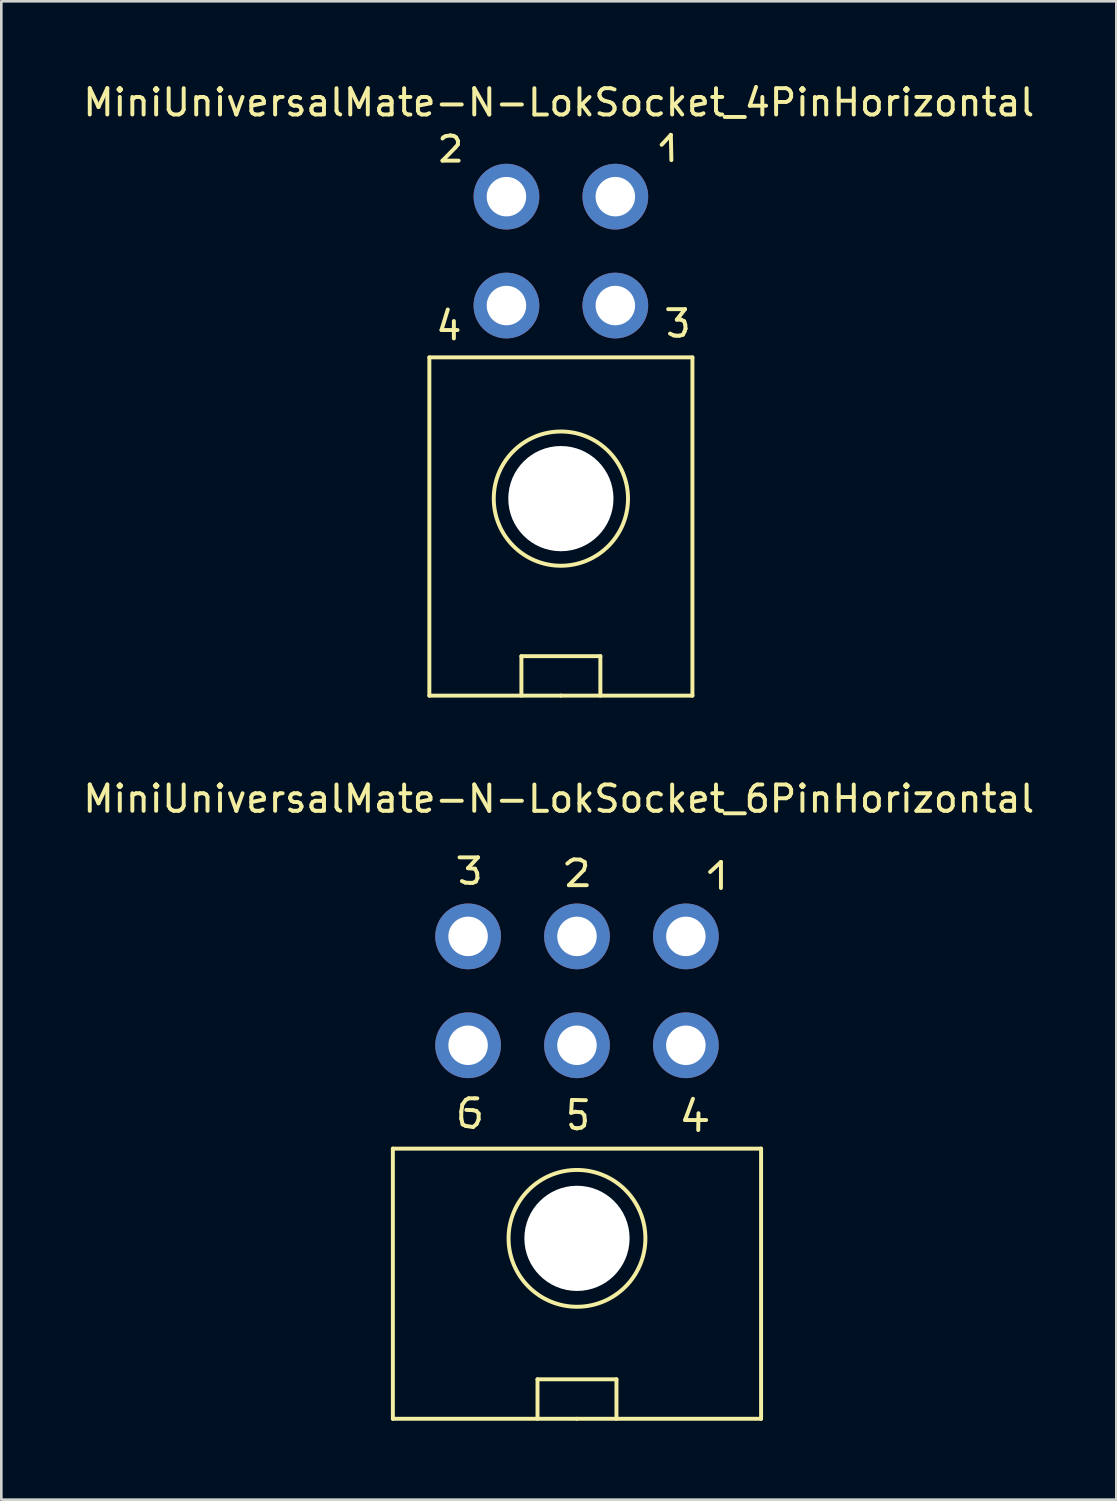
<source format=kicad_pcb>
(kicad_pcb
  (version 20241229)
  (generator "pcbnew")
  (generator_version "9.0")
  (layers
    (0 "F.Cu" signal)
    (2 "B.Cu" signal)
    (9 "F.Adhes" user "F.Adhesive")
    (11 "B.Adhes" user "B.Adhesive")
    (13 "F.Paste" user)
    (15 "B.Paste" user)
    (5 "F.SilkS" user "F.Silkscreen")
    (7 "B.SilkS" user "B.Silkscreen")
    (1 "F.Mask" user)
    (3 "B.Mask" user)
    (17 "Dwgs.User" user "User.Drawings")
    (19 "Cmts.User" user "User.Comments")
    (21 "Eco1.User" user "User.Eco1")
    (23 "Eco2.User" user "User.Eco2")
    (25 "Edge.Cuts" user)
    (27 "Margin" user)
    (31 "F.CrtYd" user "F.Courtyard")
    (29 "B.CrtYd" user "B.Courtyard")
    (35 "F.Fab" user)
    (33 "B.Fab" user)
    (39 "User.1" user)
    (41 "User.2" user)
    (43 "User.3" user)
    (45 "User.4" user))
  (footprint "MiniUniversalMate-N-LokSocket_6PinHorizontal"
    (layer "F.Cu")
    (at 18.887 34.622)
    (property "Reference" "MiniUniversalMate-N-LokSocket_6PinHorizontal" (at -0.691 -7.3 0) (layer "F.SilkS") (effects (font (size 1 1) (thickness 0.15))))
    (attr through_hole)
    (fp_line (start -7 5.999) (end 7 5.999) (stroke (width 0.15) (type solid)) (layer "F.SilkS"))
    (fp_line (start -7 16.271) (end -7 5.999) (stroke (width 0.15) (type solid)) (layer "F.SilkS"))
    (fp_line (start -4.465 -5.075) (end -3.764 -5.075) (stroke (width 0.15) (type solid)) (layer "F.SilkS"))
    (fp_line (start -4.399 4.597) (end -4.399 4.856) (stroke (width 0.15) (type solid)) (layer "F.SilkS"))
    (fp_line (start -4.399 4.856) (end -4.348 5.077) (stroke (width 0.15) (type solid)) (layer "F.SilkS"))
    (fp_line (start -4.359 4.326) (end -4.399 4.597) (stroke (width 0.15) (type solid)) (layer "F.SilkS"))
    (fp_line (start -4.348 5.077) (end -4.229 5.136) (stroke (width 0.15) (type solid)) (layer "F.SilkS"))
    (fp_line (start -4.244 -4.115) (end -4.374 -4.173) (stroke (width 0.15) (type solid)) (layer "F.SilkS"))
    (fp_line (start -4.229 4.148) (end -4.359 4.326) (stroke (width 0.15) (type solid)) (layer "F.SilkS"))
    (fp_line (start -4.229 5.136) (end -3.95 5.177) (stroke (width 0.15) (type solid)) (layer "F.SilkS"))
    (fp_line (start -4.145 -4.663) (end -3.876 -4.643) (stroke (width 0.15) (type solid)) (layer "F.SilkS"))
    (fp_line (start -4.12 4.087) (end -4.229 4.148) (stroke (width 0.15) (type solid)) (layer "F.SilkS"))
    (fp_line (start -4.074 -4.105) (end -4.244 -4.115) (stroke (width 0.15) (type solid)) (layer "F.SilkS"))
    (fp_line (start -3.965 -4.105) (end -4.074 -4.105) (stroke (width 0.15) (type solid)) (layer "F.SilkS"))
    (fp_line (start -3.96 4.536) (end -4.209 4.526) (stroke (width 0.15) (type solid)) (layer "F.SilkS"))
    (fp_line (start -3.95 5.177) (end -3.818 5.067) (stroke (width 0.15) (type solid)) (layer "F.SilkS"))
    (fp_line (start -3.889 4.087) (end -4.12 4.087) (stroke (width 0.15) (type solid)) (layer "F.SilkS"))
    (fp_line (start -3.876 -4.643) (end -3.795 -4.475) (stroke (width 0.15) (type solid)) (layer "F.SilkS"))
    (fp_line (start -3.846 -4.155) (end -3.965 -4.105) (stroke (width 0.15) (type solid)) (layer "F.SilkS"))
    (fp_line (start -3.828 4.567) (end -3.96 4.536) (stroke (width 0.15) (type solid)) (layer "F.SilkS"))
    (fp_line (start -3.818 5.067) (end -3.739 4.887) (stroke (width 0.15) (type solid)) (layer "F.SilkS"))
    (fp_line (start -3.795 -4.475) (end -3.785 -4.285) (stroke (width 0.15) (type solid)) (layer "F.SilkS"))
    (fp_line (start -3.79 4.087) (end -3.889 4.087) (stroke (width 0.15) (type solid)) (layer "F.SilkS"))
    (fp_line (start -3.785 -4.285) (end -3.846 -4.155) (stroke (width 0.15) (type solid)) (layer "F.SilkS"))
    (fp_line (start -3.764 -5.075) (end -4.145 -4.663) (stroke (width 0.15) (type solid)) (layer "F.SilkS"))
    (fp_line (start -3.739 4.666) (end -3.828 4.567) (stroke (width 0.15) (type solid)) (layer "F.SilkS"))
    (fp_line (start -3.739 4.887) (end -3.739 4.666) (stroke (width 0.15) (type solid)) (layer "F.SilkS"))
    (fp_line (start -1.501 14.77) (end -1.501 16.271) (stroke (width 0.15) (type solid)) (layer "F.SilkS"))
    (fp_line (start -0.368 -4.839) (end -0.229 -4.948) (stroke (width 0.15) (type solid)) (layer "F.SilkS"))
    (fp_line (start -0.307 -4.018) (end 0.373 -4.018) (stroke (width 0.15) (type solid)) (layer "F.SilkS"))
    (fp_line (start -0.229 -4.948) (end -0.117 -4.999) (stroke (width 0.15) (type solid)) (layer "F.SilkS"))
    (fp_line (start -0.221 4.638) (end -0.071 4.597) (stroke (width 0.15) (type solid)) (layer "F.SilkS"))
    (fp_line (start -0.191 4.148) (end -0.221 4.638) (stroke (width 0.15) (type solid)) (layer "F.SilkS"))
    (fp_line (start -0.163 5.189) (end -0.221 5.088) (stroke (width 0.15) (type solid)) (layer "F.SilkS"))
    (fp_line (start -0.117 -4.999) (end 0.122 -4.989) (stroke (width 0.15) (type solid)) (layer "F.SilkS"))
    (fp_line (start -0.071 4.597) (end 0.178 4.618) (stroke (width 0.15) (type solid)) (layer "F.SilkS"))
    (fp_line (start -0.061 5.22) (end -0.163 5.189) (stroke (width 0.15) (type solid)) (layer "F.SilkS"))
    (fp_line (start -0.003 5.23) (end -0.061 5.22) (stroke (width 0.15) (type solid)) (layer "F.SilkS"))
    (fp_line (start 0 16.271) (end -7 16.271) (stroke (width 0.15) (type solid)) (layer "F.SilkS"))
    (fp_line (start 0 16.271) (end 7 16.271) (stroke (width 0.15) (type solid)) (layer "F.SilkS"))
    (fp_line (start 0.122 -4.989) (end 0.292 -4.897) (stroke (width 0.15) (type solid)) (layer "F.SilkS"))
    (fp_line (start 0.168 5.199) (end -0.003 5.23) (stroke (width 0.15) (type solid)) (layer "F.SilkS"))
    (fp_line (start 0.178 4.618) (end 0.279 4.729) (stroke (width 0.15) (type solid)) (layer "F.SilkS"))
    (fp_line (start 0.262 -4.597) (end -0.307 -4.018) (stroke (width 0.15) (type solid)) (layer "F.SilkS"))
    (fp_line (start 0.269 5.118) (end 0.168 5.199) (stroke (width 0.15) (type solid)) (layer "F.SilkS"))
    (fp_line (start 0.279 4.729) (end 0.3 4.938) (stroke (width 0.15) (type solid)) (layer "F.SilkS"))
    (fp_line (start 0.292 -4.897) (end 0.312 -4.768) (stroke (width 0.15) (type solid)) (layer "F.SilkS"))
    (fp_line (start 0.3 4.938) (end 0.269 5.118) (stroke (width 0.15) (type solid)) (layer "F.SilkS"))
    (fp_line (start 0.312 -4.768) (end 0.262 -4.597) (stroke (width 0.15) (type solid)) (layer "F.SilkS"))
    (fp_line (start 0.338 4.158) (end -0.191 4.148) (stroke (width 0.15) (type solid)) (layer "F.SilkS"))
    (fp_line (start 1.501 14.77) (end -1.501 14.77) (stroke (width 0.15) (type solid)) (layer "F.SilkS"))
    (fp_line (start 1.501 16.271) (end 1.501 14.77) (stroke (width 0.15) (type solid)) (layer "F.SilkS"))
    (fp_line (start 4.11 4.912) (end 4.91 4.912) (stroke (width 0.15) (type solid)) (layer "F.SilkS"))
    (fp_line (start 4.409 4.105) (end 4.11 4.912) (stroke (width 0.15) (type solid)) (layer "F.SilkS"))
    (fp_line (start 4.61 5.293) (end 4.62 4.653) (stroke (width 0.15) (type solid)) (layer "F.SilkS"))
    (fp_line (start 5.062 -4.519) (end 5.474 -4.9) (stroke (width 0.15) (type solid)) (layer "F.SilkS"))
    (fp_line (start 5.474 -4.9) (end 5.474 -3.909) (stroke (width 0.15) (type solid)) (layer "F.SilkS"))
    (fp_line (start 7 5.999) (end 7 16.271) (stroke (width 0.15) (type solid)) (layer "F.SilkS"))
    (fp_circle (center 0 9.411) (end 2.601 9.401) (stroke (width 0.15) (type solid)) (fill no) (layer "F.SilkS"))
    (pad "" np_thru_hole circle (at 0 9.411) (size 4 4) (drill 4) (layers "*.Cu" "*.Mask"))
    (pad "1" thru_hole circle (at 4.14 -2.07) (size 2.499 2.499) (drill 1.501) (layers "*.Cu" "*.Mask"))
    (pad "2" thru_hole circle (at 0 -2.07) (size 2.499 2.499) (drill 1.501) (layers "*.Cu" "*.Mask"))
    (pad "3" thru_hole circle (at -4.14 -2.07) (size 2.499 2.499) (drill 1.501) (layers "*.Cu" "*.Mask"))
    (pad "4" thru_hole circle (at 4.14 2.07) (size 2.499 2.499) (drill 1.501) (layers "*.Cu" "*.Mask"))
    (pad "5" thru_hole circle (at 0 2.07) (size 2.499 2.499) (drill 1.501) (layers "*.Cu" "*.Mask"))
    (pad "6" thru_hole circle (at -4.14 2.07) (size 2.499 2.499) (drill 1.501) (layers "*.Cu" "*.Mask")))
  (footprint "MiniUniversalMate-N-LokSocket_4PinHorizontal"
    (layer "F.Cu")
    (at 18.275 6.497)
    (property "Reference" "MiniUniversalMate-N-LokSocket_4PinHorizontal" (at -0.079 -5.649 0) (layer "F.SilkS") (effects (font (size 1 1) (thickness 0.15))))
    (attr through_hole)
    (fp_line (start -5.001 4.041) (end 5.001 4.041) (stroke (width 0.15) (type solid)) (layer "F.SilkS"))
    (fp_line (start -5.001 16.901) (end -5.001 4.041) (stroke (width 0.15) (type solid)) (layer "F.SilkS"))
    (fp_line (start -4.539 3) (end -3.929 3) (stroke (width 0.15) (type solid)) (layer "F.SilkS"))
    (fp_line (start -4.501 -4.28) (end -4.47 -4.321) (stroke (width 0.15) (type solid)) (layer "F.SilkS"))
    (fp_line (start -4.501 -3.439) (end -3.889 -3.439) (stroke (width 0.15) (type solid)) (layer "F.SilkS"))
    (fp_line (start -4.47 -4.321) (end -4.379 -4.371) (stroke (width 0.15) (type solid)) (layer "F.SilkS"))
    (fp_line (start -4.379 -4.371) (end -4.201 -4.399) (stroke (width 0.15) (type solid)) (layer "F.SilkS"))
    (fp_line (start -4.3 2.22) (end -4.539 3) (stroke (width 0.15) (type solid)) (layer "F.SilkS"))
    (fp_line (start -4.201 -4.399) (end -4.069 -4.379) (stroke (width 0.15) (type solid)) (layer "F.SilkS"))
    (fp_line (start -4.069 -4.379) (end -3.98 -4.321) (stroke (width 0.15) (type solid)) (layer "F.SilkS"))
    (fp_line (start -4.069 2.659) (end -4.069 3.32) (stroke (width 0.15) (type solid)) (layer "F.SilkS"))
    (fp_line (start -4.011 -3.94) (end -4.501 -3.439) (stroke (width 0.15) (type solid)) (layer "F.SilkS"))
    (fp_line (start -3.98 -4.321) (end -3.909 -4.181) (stroke (width 0.15) (type solid)) (layer "F.SilkS"))
    (fp_line (start -3.919 -4.051) (end -4.011 -3.94) (stroke (width 0.15) (type solid)) (layer "F.SilkS"))
    (fp_line (start -3.909 -4.181) (end -3.919 -4.051) (stroke (width 0.15) (type solid)) (layer "F.SilkS"))
    (fp_line (start -1.501 15.4) (end -1.501 16.901) (stroke (width 0.15) (type solid)) (layer "F.SilkS"))
    (fp_line (start 0 16.901) (end -5.001 16.901) (stroke (width 0.15) (type solid)) (layer "F.SilkS"))
    (fp_line (start 0 16.901) (end 5.001 16.901) (stroke (width 0.15) (type solid)) (layer "F.SilkS"))
    (fp_line (start 1.501 15.4) (end -1.501 15.4) (stroke (width 0.15) (type solid)) (layer "F.SilkS"))
    (fp_line (start 1.501 16.901) (end 1.501 15.4) (stroke (width 0.15) (type solid)) (layer "F.SilkS"))
    (fp_line (start 3.83 -4.041) (end 4.181 -4.42) (stroke (width 0.15) (type solid)) (layer "F.SilkS"))
    (fp_line (start 4.079 2.207) (end 4.719 2.207) (stroke (width 0.15) (type solid)) (layer "F.SilkS"))
    (fp_line (start 4.181 -4.42) (end 4.201 -3.459) (stroke (width 0.15) (type solid)) (layer "F.SilkS"))
    (fp_line (start 4.29 3.205) (end 4.15 3.137) (stroke (width 0.15) (type solid)) (layer "F.SilkS"))
    (fp_line (start 4.389 3.216) (end 4.29 3.205) (stroke (width 0.15) (type solid)) (layer "F.SilkS"))
    (fp_line (start 4.409 2.606) (end 4.569 2.606) (stroke (width 0.15) (type solid)) (layer "F.SilkS"))
    (fp_line (start 4.508 3.216) (end 4.389 3.216) (stroke (width 0.15) (type solid)) (layer "F.SilkS"))
    (fp_line (start 4.569 2.606) (end 4.689 2.667) (stroke (width 0.15) (type solid)) (layer "F.SilkS"))
    (fp_line (start 4.641 3.178) (end 4.508 3.216) (stroke (width 0.15) (type solid)) (layer "F.SilkS"))
    (fp_line (start 4.689 2.667) (end 4.729 2.797) (stroke (width 0.15) (type solid)) (layer "F.SilkS"))
    (fp_line (start 4.699 3.066) (end 4.641 3.178) (stroke (width 0.15) (type solid)) (layer "F.SilkS"))
    (fp_line (start 4.719 2.207) (end 4.409 2.606) (stroke (width 0.15) (type solid)) (layer "F.SilkS"))
    (fp_line (start 4.729 2.797) (end 4.74 2.946) (stroke (width 0.15) (type solid)) (layer "F.SilkS"))
    (fp_line (start 4.74 2.946) (end 4.699 3.066) (stroke (width 0.15) (type solid)) (layer "F.SilkS"))
    (fp_line (start 5.001 4.041) (end 5.001 16.901) (stroke (width 0.15) (type solid)) (layer "F.SilkS"))
    (fp_circle (center 0 9.411) (end 2.141 10.8) (stroke (width 0.15) (type solid)) (fill no) (layer "F.SilkS"))
    (pad "" np_thru_hole circle (at 0 9.411 90) (size 4 4) (drill 4) (layers "*.Cu" "*.Mask"))
    (pad "1" thru_hole circle (at 2.07 -2.07 90) (size 2.499 2.499) (drill 1.501) (layers "*.Cu" "*.Mask"))
    (pad "2" thru_hole circle (at -2.07 -2.07 90) (size 2.499 2.499) (drill 1.501) (layers "*.Cu" "*.Mask"))
    (pad "3" thru_hole circle (at 2.07 2.07 90) (size 2.499 2.499) (drill 1.501) (layers "*.Cu" "*.Mask"))
    (pad "4" thru_hole circle (at -2.07 2.07 90) (size 2.499 2.499) (drill 1.501) (layers "*.Cu" "*.Mask")))
  (gr_rect
    (start -3 -3)
    (end 39.393 53.968)
    (stroke (width 0.1) (type default))
    (fill no)
    (layer "Edge.Cuts")))
</source>
